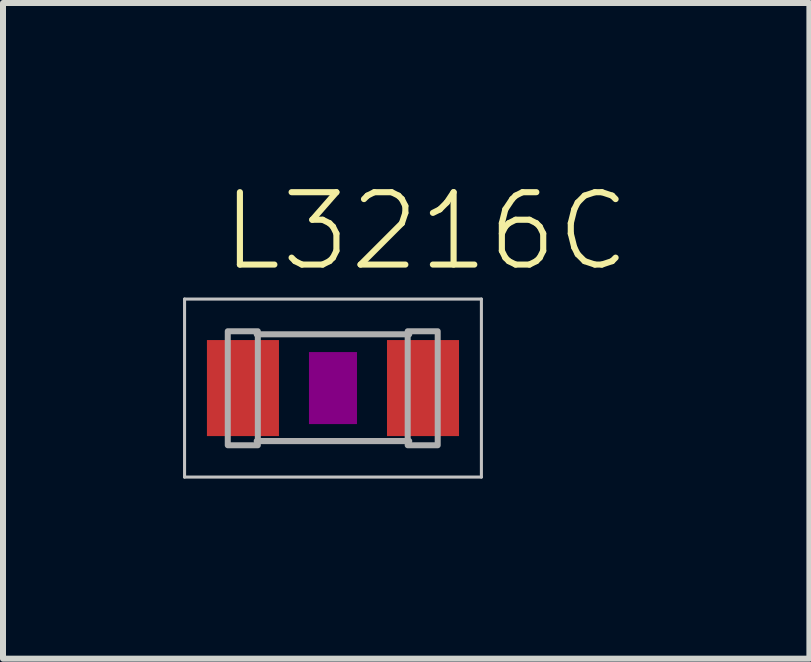
<source format=kicad_pcb>
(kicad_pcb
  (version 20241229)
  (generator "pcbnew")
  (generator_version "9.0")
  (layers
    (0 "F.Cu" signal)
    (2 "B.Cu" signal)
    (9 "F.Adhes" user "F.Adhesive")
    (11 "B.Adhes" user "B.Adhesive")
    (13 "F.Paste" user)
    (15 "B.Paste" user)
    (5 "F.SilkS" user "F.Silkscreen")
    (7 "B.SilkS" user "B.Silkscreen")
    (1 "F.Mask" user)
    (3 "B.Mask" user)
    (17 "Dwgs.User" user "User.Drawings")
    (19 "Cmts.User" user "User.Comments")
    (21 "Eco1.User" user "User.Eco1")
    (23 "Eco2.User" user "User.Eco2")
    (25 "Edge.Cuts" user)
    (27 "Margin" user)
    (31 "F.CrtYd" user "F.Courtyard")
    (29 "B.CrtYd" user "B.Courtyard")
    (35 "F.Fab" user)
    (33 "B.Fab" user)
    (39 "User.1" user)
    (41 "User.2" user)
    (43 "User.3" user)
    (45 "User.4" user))
  (footprint "L3216C"
    (layer "F.Cu")
    (at 2.498 3.416)
    (property "Reference" "L3216C" (at -1.905 -1.905 0) (layer "F.SilkS") (effects (font (size 1.206 1.206) (thickness 0.102)) (justify left bottom)))
    (attr through_hole)
    (fp_poly (pts (xy -0.4 0.6) (xy 0.4 0.6) (xy 0.4 -0.6) (xy -0.4 -0.6)) (stroke (width 0) (type solid)) (fill yes) (layer "F.Adhes"))
    (fp_line (start -2.473 -1.483) (end 2.473 -1.483) (stroke (width 0.051) (type solid)) (layer "Dwgs.User"))
    (fp_line (start -2.473 1.483) (end -2.473 -1.483) (stroke (width 0.051) (type solid)) (layer "Dwgs.User"))
    (fp_line (start 2.473 -1.483) (end 2.473 1.483) (stroke (width 0.051) (type solid)) (layer "Dwgs.User"))
    (fp_line (start 2.473 1.483) (end -2.473 1.483) (stroke (width 0.051) (type solid)) (layer "Dwgs.User"))
    (fp_line (start -1.27 -0.896) (end 1.27 -0.896) (stroke (width 0.102) (type solid)) (layer "F.Fab"))
    (fp_line (start -1.27 0.883) (end 1.27 0.883) (stroke (width 0.102) (type solid)) (layer "F.Fab"))
    (fp_poly (pts (xy -1.753 0.953) (xy -1.252 0.953) (xy -1.252 -0.947) (xy -1.753 -0.947)) (stroke (width 0.1) (type solid)) (fill no) (layer "F.Fab"))
    (fp_poly (pts (xy 1.245 0.953) (xy 1.745 0.953) (xy 1.745 -0.947) (xy 1.245 -0.947)) (stroke (width 0.1) (type solid)) (fill no) (layer "F.Fab"))
    (pad "1" smd rect (at -1.5 0) (size 1.2 1.6) (layers "F.Cu" "F.Mask" "F.Paste"))
    (pad "2" smd rect (at 1.5 0) (size 1.2 1.6) (layers "F.Cu" "F.Mask" "F.Paste")))
  (gr_rect
    (start -3 -3)
    (end 10.436 7.925)
    (stroke (width 0.1) (type default))
    (fill no)
    (layer "Edge.Cuts")))
</source>
